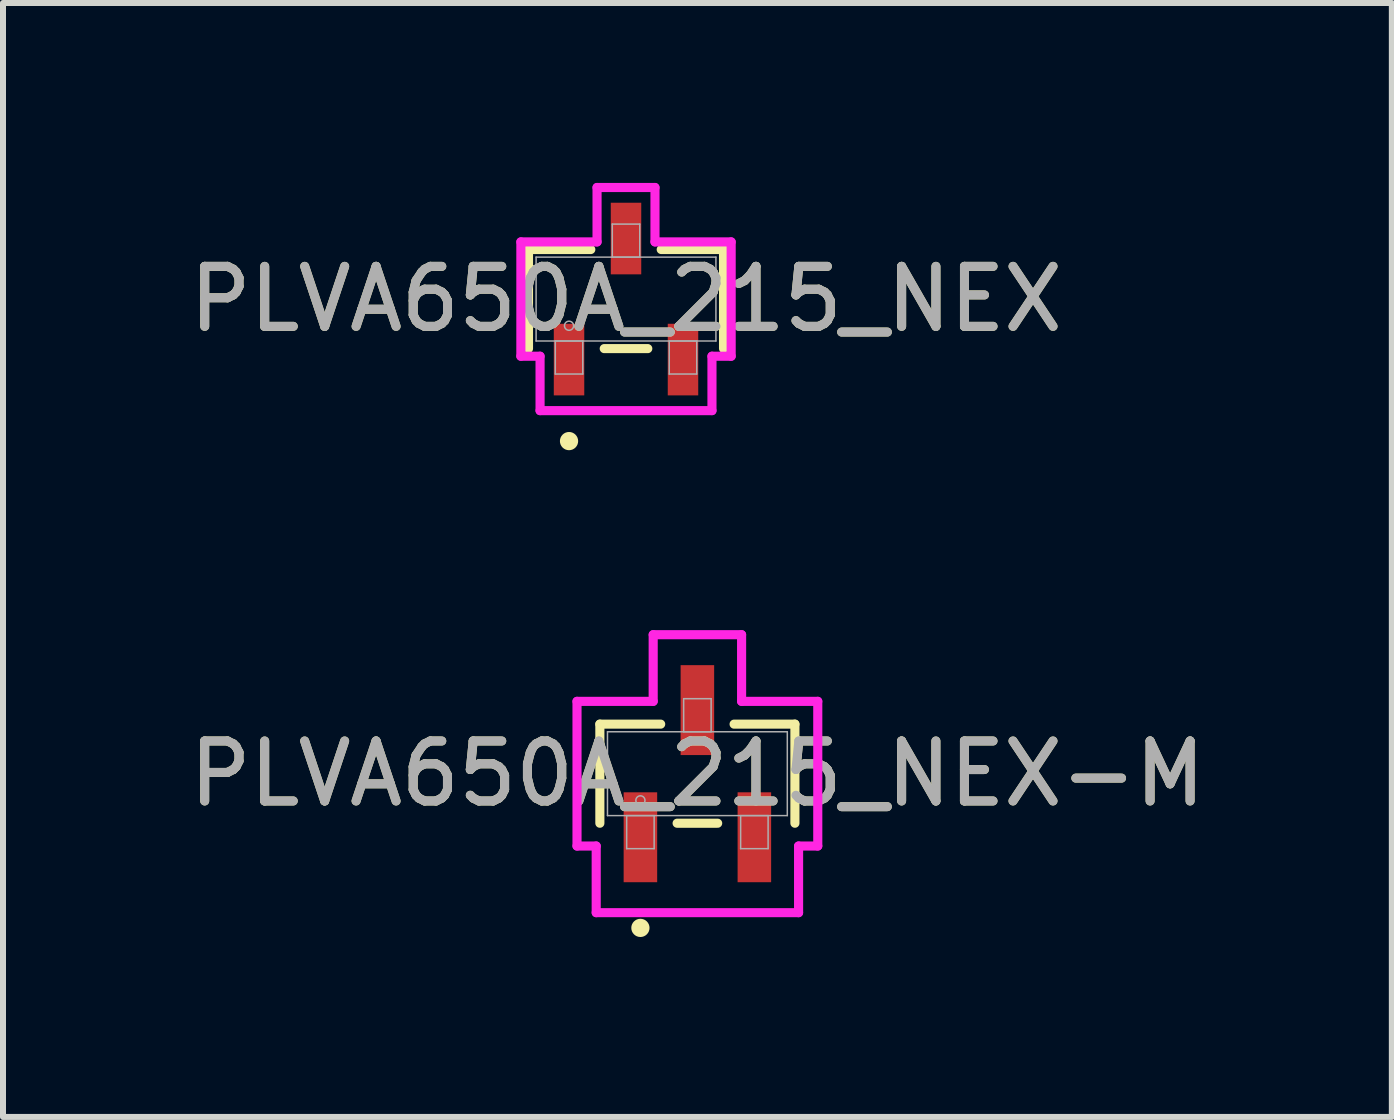
<source format=kicad_pcb>
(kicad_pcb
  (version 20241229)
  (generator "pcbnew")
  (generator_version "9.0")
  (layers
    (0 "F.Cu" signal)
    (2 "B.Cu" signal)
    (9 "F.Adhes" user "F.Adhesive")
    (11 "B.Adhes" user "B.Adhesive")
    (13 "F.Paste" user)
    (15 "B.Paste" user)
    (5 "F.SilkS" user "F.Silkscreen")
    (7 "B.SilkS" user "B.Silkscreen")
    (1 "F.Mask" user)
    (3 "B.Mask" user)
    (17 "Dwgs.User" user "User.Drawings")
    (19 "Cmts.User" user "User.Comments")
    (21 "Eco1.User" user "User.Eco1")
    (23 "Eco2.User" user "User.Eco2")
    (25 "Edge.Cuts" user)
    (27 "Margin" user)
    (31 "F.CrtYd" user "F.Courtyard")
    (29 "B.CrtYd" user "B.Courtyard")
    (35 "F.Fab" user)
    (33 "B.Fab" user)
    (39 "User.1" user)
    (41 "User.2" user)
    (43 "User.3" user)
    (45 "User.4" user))
  (footprint "PLVA650A_215_NEX-M"
    (layer "F.Cu")
    (at 8.577 9.849)
    (property "Reference" "PLVA650A_215_NEX-M" (at 0 0 0) (unlocked yes) (layer "F.SilkS") (effects (font (size 1 1) (thickness 0.15))))
    (attr smd)
    (fp_line (start -1.626 -0.826) (end -1.626 0.826) (stroke (width 0.152) (type solid)) (layer "F.SilkS"))
    (fp_line (start -0.612 -0.826) (end -1.626 -0.826) (stroke (width 0.152) (type solid)) (layer "F.SilkS"))
    (fp_line (start -0.338 0.826) (end 0.338 0.826) (stroke (width 0.152) (type solid)) (layer "F.SilkS"))
    (fp_line (start 1.626 -0.826) (end 0.612 -0.826) (stroke (width 0.152) (type solid)) (layer "F.SilkS"))
    (fp_line (start 1.626 0.826) (end 1.626 -0.826) (stroke (width 0.152) (type solid)) (layer "F.SilkS"))
    (fp_circle (center -0.95 2.571) (end -0.874 2.571) (stroke (width 0.152) (type solid)) (fill no) (layer "F.SilkS"))
    (fp_line (start -2.007 -1.206) (end -0.737 -1.206) (stroke (width 0.152) (type solid)) (layer "F.CrtYd"))
    (fp_line (start -2.007 1.206) (end -2.007 -1.206) (stroke (width 0.152) (type solid)) (layer "F.CrtYd"))
    (fp_line (start -2.007 1.206) (end -1.687 1.206) (stroke (width 0.152) (type solid)) (layer "F.CrtYd"))
    (fp_line (start -1.687 1.206) (end -1.687 2.317) (stroke (width 0.152) (type solid)) (layer "F.CrtYd"))
    (fp_line (start -1.687 2.317) (end 1.687 2.317) (stroke (width 0.152) (type solid)) (layer "F.CrtYd"))
    (fp_line (start -0.737 -2.317) (end 0.737 -2.317) (stroke (width 0.152) (type solid)) (layer "F.CrtYd"))
    (fp_line (start -0.737 -1.206) (end -0.737 -2.317) (stroke (width 0.152) (type solid)) (layer "F.CrtYd"))
    (fp_line (start 0.737 -1.206) (end 0.737 -2.317) (stroke (width 0.152) (type solid)) (layer "F.CrtYd"))
    (fp_line (start 1.687 1.206) (end 1.687 2.317) (stroke (width 0.152) (type solid)) (layer "F.CrtYd"))
    (fp_line (start 2.007 -1.206) (end 0.737 -1.206) (stroke (width 0.152) (type solid)) (layer "F.CrtYd"))
    (fp_line (start 2.007 -1.206) (end 2.007 1.206) (stroke (width 0.152) (type solid)) (layer "F.CrtYd"))
    (fp_line (start 2.007 1.206) (end 1.687 1.206) (stroke (width 0.152) (type solid)) (layer "F.CrtYd"))
    (fp_line (start -1.499 -0.699) (end -1.499 0.699) (stroke (width 0.025) (type solid)) (layer "F.Fab"))
    (fp_line (start -1.499 0.699) (end 1.499 0.699) (stroke (width 0.025) (type solid)) (layer "F.Fab"))
    (fp_line (start -1.179 0.699) (end -1.179 1.25) (stroke (width 0.025) (type solid)) (layer "F.Fab"))
    (fp_line (start -1.179 1.25) (end -0.721 1.25) (stroke (width 0.025) (type solid)) (layer "F.Fab"))
    (fp_line (start -0.721 0.699) (end -1.179 0.699) (stroke (width 0.025) (type solid)) (layer "F.Fab"))
    (fp_line (start -0.721 1.25) (end -0.721 0.699) (stroke (width 0.025) (type solid)) (layer "F.Fab"))
    (fp_line (start -0.229 -1.25) (end -0.229 -0.699) (stroke (width 0.025) (type solid)) (layer "F.Fab"))
    (fp_line (start -0.229 -0.699) (end 0.229 -0.699) (stroke (width 0.025) (type solid)) (layer "F.Fab"))
    (fp_line (start 0.229 -1.25) (end -0.229 -1.25) (stroke (width 0.025) (type solid)) (layer "F.Fab"))
    (fp_line (start 0.229 -0.699) (end 0.229 -1.25) (stroke (width 0.025) (type solid)) (layer "F.Fab"))
    (fp_line (start 0.721 0.699) (end 0.721 1.25) (stroke (width 0.025) (type solid)) (layer "F.Fab"))
    (fp_line (start 0.721 1.25) (end 1.179 1.25) (stroke (width 0.025) (type solid)) (layer "F.Fab"))
    (fp_line (start 1.179 0.699) (end 0.721 0.699) (stroke (width 0.025) (type solid)) (layer "F.Fab"))
    (fp_line (start 1.179 1.25) (end 1.179 0.699) (stroke (width 0.025) (type solid)) (layer "F.Fab"))
    (fp_line (start 1.499 -0.699) (end -1.499 -0.699) (stroke (width 0.025) (type solid)) (layer "F.Fab"))
    (fp_line (start 1.499 0.699) (end 1.499 -0.699) (stroke (width 0.025) (type solid)) (layer "F.Fab"))
    (fp_circle (center -0.95 0.445) (end -0.874 0.445) (stroke (width 0.025) (type solid)) (fill no) (layer "F.Fab"))
    (fp_text user "${REFERENCE}" (at 0 0 0) (unlocked yes) (layer "F.Fab") (effects (font (size 1 1) (thickness 0.15))))
    (pad "1" smd rect (at -0.95 1.06) (size 0.559 1.499) (layers "F.Cu" "F.Mask" "F.Paste"))
    (pad "2" smd rect (at 0.95 1.06) (size 0.559 1.499) (layers "F.Cu" "F.Mask" "F.Paste"))
    (pad "3" smd rect (at 0 -1.06) (size 0.559 1.499) (layers "F.Cu" "F.Mask" "F.Paste")))
  (footprint "PLVA650A_215_NEX"
    (layer "F.Cu")
    (at 7.387 1.936)
    (property "Reference" "PLVA650A_215_NEX" (at 0 0 0) (unlocked yes) (layer "F.SilkS") (effects (font (size 1 1) (thickness 0.15))))
    (attr smd)
    (fp_line (start -1.626 -0.826) (end -1.626 0.826) (stroke (width 0.152) (type solid)) (layer "F.SilkS"))
    (fp_line (start -0.587 -0.826) (end -1.626 -0.826) (stroke (width 0.152) (type solid)) (layer "F.SilkS"))
    (fp_line (start -0.363 0.826) (end 0.363 0.826) (stroke (width 0.152) (type solid)) (layer "F.SilkS"))
    (fp_line (start 1.626 -0.826) (end 0.587 -0.826) (stroke (width 0.152) (type solid)) (layer "F.SilkS"))
    (fp_line (start 1.626 0.826) (end 1.626 -0.826) (stroke (width 0.152) (type solid)) (layer "F.SilkS"))
    (fp_circle (center -0.95 2.368) (end -0.874 2.368) (stroke (width 0.152) (type solid)) (fill no) (layer "F.SilkS"))
    (fp_line (start -1.753 -0.953) (end -0.483 -0.953) (stroke (width 0.152) (type solid)) (layer "F.CrtYd"))
    (fp_line (start -1.753 0.953) (end -1.753 -0.953) (stroke (width 0.152) (type solid)) (layer "F.CrtYd"))
    (fp_line (start -1.753 0.953) (end -1.433 0.953) (stroke (width 0.152) (type solid)) (layer "F.CrtYd"))
    (fp_line (start -1.433 0.953) (end -1.433 1.86) (stroke (width 0.152) (type solid)) (layer "F.CrtYd"))
    (fp_line (start -1.433 1.86) (end 1.433 1.86) (stroke (width 0.152) (type solid)) (layer "F.CrtYd"))
    (fp_line (start -0.483 -1.86) (end 0.483 -1.86) (stroke (width 0.152) (type solid)) (layer "F.CrtYd"))
    (fp_line (start -0.483 -0.953) (end -0.483 -1.86) (stroke (width 0.152) (type solid)) (layer "F.CrtYd"))
    (fp_line (start 0.483 -0.953) (end 0.483 -1.86) (stroke (width 0.152) (type solid)) (layer "F.CrtYd"))
    (fp_line (start 1.433 0.953) (end 1.433 1.86) (stroke (width 0.152) (type solid)) (layer "F.CrtYd"))
    (fp_line (start 1.753 -0.953) (end 0.483 -0.953) (stroke (width 0.152) (type solid)) (layer "F.CrtYd"))
    (fp_line (start 1.753 -0.953) (end 1.753 0.953) (stroke (width 0.152) (type solid)) (layer "F.CrtYd"))
    (fp_line (start 1.753 0.953) (end 1.433 0.953) (stroke (width 0.152) (type solid)) (layer "F.CrtYd"))
    (fp_line (start -1.499 -0.699) (end -1.499 0.699) (stroke (width 0.025) (type solid)) (layer "F.Fab"))
    (fp_line (start -1.499 0.699) (end 1.499 0.699) (stroke (width 0.025) (type solid)) (layer "F.Fab"))
    (fp_line (start -1.179 0.699) (end -1.179 1.25) (stroke (width 0.025) (type solid)) (layer "F.Fab"))
    (fp_line (start -1.179 1.25) (end -0.721 1.25) (stroke (width 0.025) (type solid)) (layer "F.Fab"))
    (fp_line (start -0.721 0.699) (end -1.179 0.699) (stroke (width 0.025) (type solid)) (layer "F.Fab"))
    (fp_line (start -0.721 1.25) (end -0.721 0.699) (stroke (width 0.025) (type solid)) (layer "F.Fab"))
    (fp_line (start -0.229 -1.25) (end -0.229 -0.699) (stroke (width 0.025) (type solid)) (layer "F.Fab"))
    (fp_line (start -0.229 -0.699) (end 0.229 -0.699) (stroke (width 0.025) (type solid)) (layer "F.Fab"))
    (fp_line (start 0.229 -1.25) (end -0.229 -1.25) (stroke (width 0.025) (type solid)) (layer "F.Fab"))
    (fp_line (start 0.229 -0.699) (end 0.229 -1.25) (stroke (width 0.025) (type solid)) (layer "F.Fab"))
    (fp_line (start 0.721 0.699) (end 0.721 1.25) (stroke (width 0.025) (type solid)) (layer "F.Fab"))
    (fp_line (start 0.721 1.25) (end 1.179 1.25) (stroke (width 0.025) (type solid)) (layer "F.Fab"))
    (fp_line (start 1.179 0.699) (end 0.721 0.699) (stroke (width 0.025) (type solid)) (layer "F.Fab"))
    (fp_line (start 1.179 1.25) (end 1.179 0.699) (stroke (width 0.025) (type solid)) (layer "F.Fab"))
    (fp_line (start 1.499 -0.699) (end -1.499 -0.699) (stroke (width 0.025) (type solid)) (layer "F.Fab"))
    (fp_line (start 1.499 0.699) (end 1.499 -0.699) (stroke (width 0.025) (type solid)) (layer "F.Fab"))
    (fp_circle (center -0.95 0.445) (end -0.874 0.445) (stroke (width 0.025) (type solid)) (fill no) (layer "F.Fab"))
    (fp_text user "${REFERENCE}" (at 0 0 0) (unlocked yes) (layer "F.Fab") (effects (font (size 1 1) (thickness 0.15))))
    (pad "1" smd rect (at -0.95 1.009) (size 0.508 1.194) (layers "F.Cu" "F.Mask" "F.Paste"))
    (pad "2" smd rect (at 0.95 1.009) (size 0.508 1.194) (layers "F.Cu" "F.Mask" "F.Paste"))
    (pad "3" smd rect (at 0 -1.009) (size 0.508 1.194) (layers "F.Cu" "F.Mask" "F.Paste")))
  (gr_rect
    (start -3 -3)
    (end 20.155 15.572)
    (stroke (width 0.1) (type default))
    (fill no)
    (layer "Edge.Cuts")))
</source>
